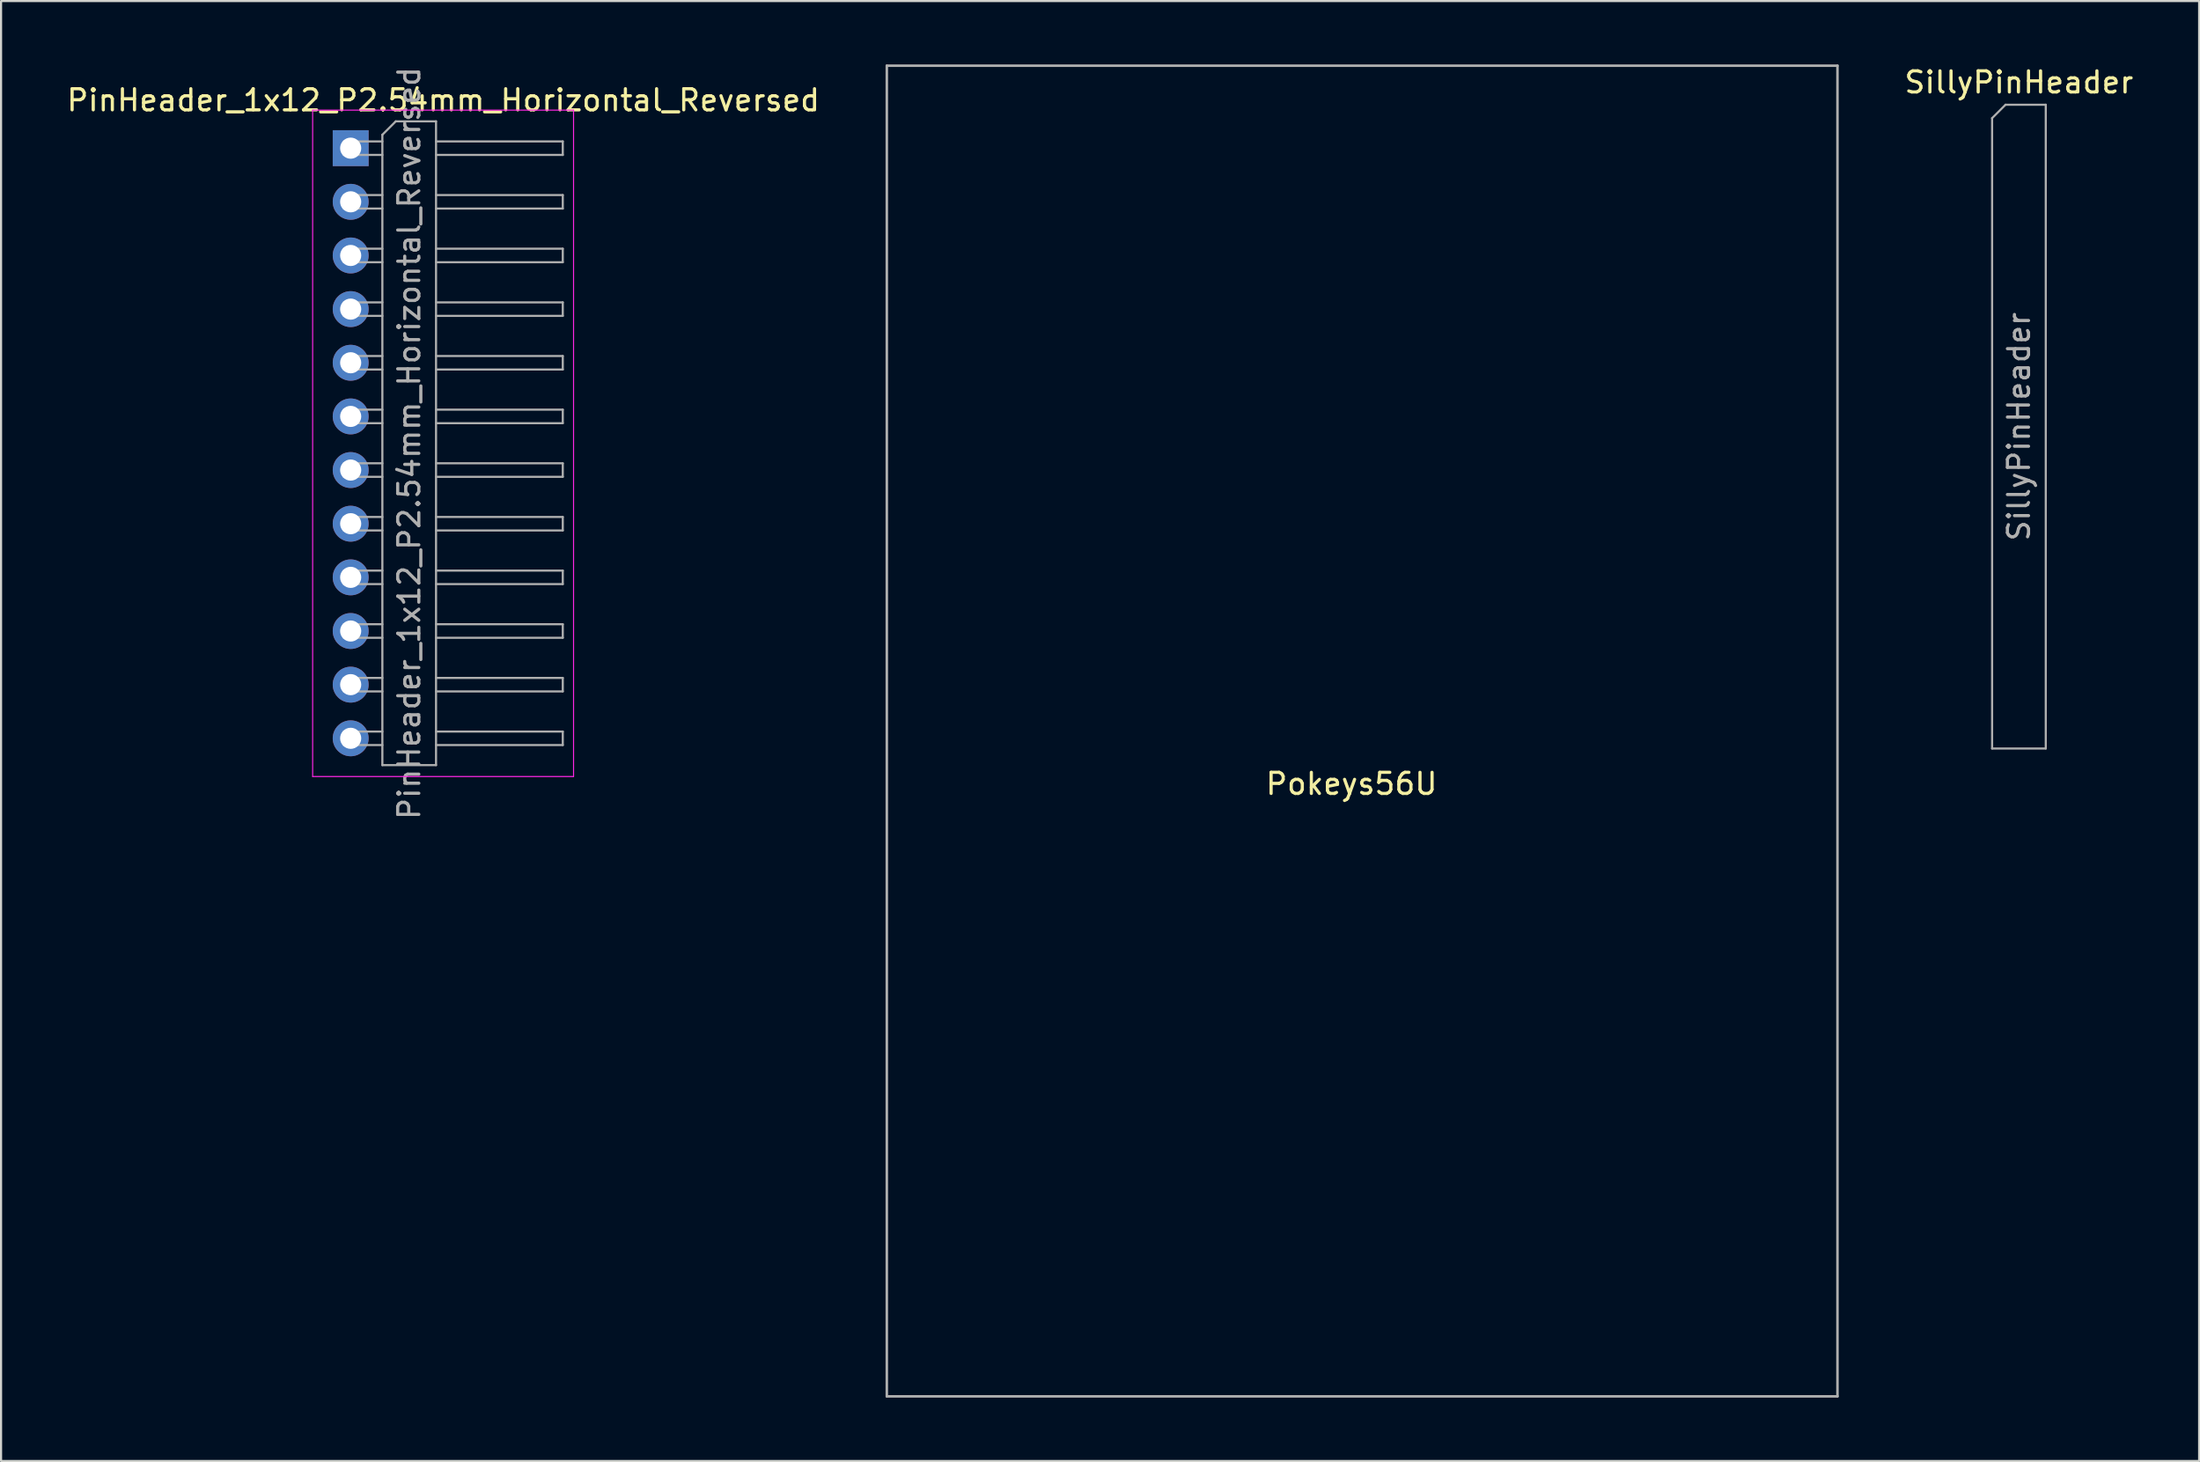
<source format=kicad_pcb>
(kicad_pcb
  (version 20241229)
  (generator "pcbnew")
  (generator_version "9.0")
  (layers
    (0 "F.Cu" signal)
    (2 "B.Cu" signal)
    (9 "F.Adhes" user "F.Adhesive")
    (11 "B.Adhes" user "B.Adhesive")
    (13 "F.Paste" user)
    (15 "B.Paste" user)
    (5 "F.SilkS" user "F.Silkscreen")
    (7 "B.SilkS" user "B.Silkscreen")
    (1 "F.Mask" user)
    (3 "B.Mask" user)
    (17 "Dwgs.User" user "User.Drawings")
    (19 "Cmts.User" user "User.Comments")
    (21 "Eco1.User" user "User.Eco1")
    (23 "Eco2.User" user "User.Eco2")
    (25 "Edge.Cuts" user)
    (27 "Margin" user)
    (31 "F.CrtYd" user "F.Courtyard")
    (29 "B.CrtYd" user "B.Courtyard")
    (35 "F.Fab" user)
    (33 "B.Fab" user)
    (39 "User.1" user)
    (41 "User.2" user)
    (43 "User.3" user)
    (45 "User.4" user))
  (footprint "Pokeys56U"
    (layer "F.Cu")
    (at 60.929 32.06)
    (property "Reference" "Pokeys56U" (at 0 2 0) (layer "F.SilkS") (effects (font (size 1 1) (thickness 0.15))))
    (attr through_hole)
    (fp_line (start -22 -32) (end 23 -32) (stroke (width 0.12) (type solid)) (layer "F.Fab"))
    (fp_line (start -22 31) (end -22 -32) (stroke (width 0.12) (type solid)) (layer "F.Fab"))
    (fp_line (start 23 -32) (end 23 31) (stroke (width 0.12) (type solid)) (layer "F.Fab"))
    (fp_line (start 23 31) (end -22 31) (stroke (width 0.12) (type solid)) (layer "F.Fab")))
  (footprint "SillyPinHeader"
    (layer "F.Cu")
    (at 92.519 3.178)
    (property "Reference" "SillyPinHeader" (at 0 -2.33 0) (layer "F.SilkS") (effects (font (size 1 1) (thickness 0.15))))
    (attr through_hole)
    (fp_line (start -1.27 -0.635) (end -0.635 -1.27) (stroke (width 0.1) (type solid)) (layer "F.Fab"))
    (fp_line (start -1.27 29.21) (end -1.27 -0.635) (stroke (width 0.1) (type solid)) (layer "F.Fab"))
    (fp_line (start -0.635 -1.27) (end 1.27 -1.27) (stroke (width 0.1) (type solid)) (layer "F.Fab"))
    (fp_line (start 1.27 -1.27) (end 1.27 29.21) (stroke (width 0.1) (type solid)) (layer "F.Fab"))
    (fp_line (start 1.27 29.21) (end -1.27 29.21) (stroke (width 0.1) (type solid)) (layer "F.Fab"))
    (fp_text user "${REFERENCE}" (at 0 13.97 90) (layer "F.Fab") (effects (font (size 1 1) (thickness 0.15)))))
  (footprint "PinHeader_1x12_P2.54mm_Horizontal_Reversed"
    (layer "F.Cu")
    (at 13.55 3.965)
    (property "Reference" "PinHeader_1x12_P2.54mm_Horizontal_Reversed" (at 4.385 -2.27 0) (layer "F.SilkS") (effects (font (size 1 1) (thickness 0.15))))
    (attr through_hole)
    (fp_line (start -1.8 -1.8) (end -1.8 29.75) (stroke (width 0.05) (type solid)) (layer "F.CrtYd"))
    (fp_line (start -1.8 29.75) (end 10.55 29.75) (stroke (width 0.05) (type solid)) (layer "F.CrtYd"))
    (fp_line (start 10.55 -1.8) (end -1.8 -1.8) (stroke (width 0.05) (type solid)) (layer "F.CrtYd"))
    (fp_line (start 10.55 29.75) (end 10.55 -1.8) (stroke (width 0.05) (type solid)) (layer "F.CrtYd"))
    (fp_line (start -0.32 -0.32) (end -0.32 0.32) (stroke (width 0.1) (type solid)) (layer "F.Fab"))
    (fp_line (start -0.32 -0.32) (end 1.5 -0.32) (stroke (width 0.1) (type solid)) (layer "F.Fab"))
    (fp_line (start -0.32 0.32) (end 1.5 0.32) (stroke (width 0.1) (type solid)) (layer "F.Fab"))
    (fp_line (start -0.32 2.22) (end -0.32 2.86) (stroke (width 0.1) (type solid)) (layer "F.Fab"))
    (fp_line (start -0.32 2.22) (end 1.5 2.22) (stroke (width 0.1) (type solid)) (layer "F.Fab"))
    (fp_line (start -0.32 2.86) (end 1.5 2.86) (stroke (width 0.1) (type solid)) (layer "F.Fab"))
    (fp_line (start -0.32 4.76) (end -0.32 5.4) (stroke (width 0.1) (type solid)) (layer "F.Fab"))
    (fp_line (start -0.32 4.76) (end 1.5 4.76) (stroke (width 0.1) (type solid)) (layer "F.Fab"))
    (fp_line (start -0.32 5.4) (end 1.5 5.4) (stroke (width 0.1) (type solid)) (layer "F.Fab"))
    (fp_line (start -0.32 7.3) (end -0.32 7.94) (stroke (width 0.1) (type solid)) (layer "F.Fab"))
    (fp_line (start -0.32 7.3) (end 1.5 7.3) (stroke (width 0.1) (type solid)) (layer "F.Fab"))
    (fp_line (start -0.32 7.94) (end 1.5 7.94) (stroke (width 0.1) (type solid)) (layer "F.Fab"))
    (fp_line (start -0.32 9.84) (end -0.32 10.48) (stroke (width 0.1) (type solid)) (layer "F.Fab"))
    (fp_line (start -0.32 9.84) (end 1.5 9.84) (stroke (width 0.1) (type solid)) (layer "F.Fab"))
    (fp_line (start -0.32 10.48) (end 1.5 10.48) (stroke (width 0.1) (type solid)) (layer "F.Fab"))
    (fp_line (start -0.32 12.38) (end -0.32 13.02) (stroke (width 0.1) (type solid)) (layer "F.Fab"))
    (fp_line (start -0.32 12.38) (end 1.5 12.38) (stroke (width 0.1) (type solid)) (layer "F.Fab"))
    (fp_line (start -0.32 13.02) (end 1.5 13.02) (stroke (width 0.1) (type solid)) (layer "F.Fab"))
    (fp_line (start -0.32 14.92) (end -0.32 15.56) (stroke (width 0.1) (type solid)) (layer "F.Fab"))
    (fp_line (start -0.32 14.92) (end 1.5 14.92) (stroke (width 0.1) (type solid)) (layer "F.Fab"))
    (fp_line (start -0.32 15.56) (end 1.5 15.56) (stroke (width 0.1) (type solid)) (layer "F.Fab"))
    (fp_line (start -0.32 17.46) (end -0.32 18.1) (stroke (width 0.1) (type solid)) (layer "F.Fab"))
    (fp_line (start -0.32 17.46) (end 1.5 17.46) (stroke (width 0.1) (type solid)) (layer "F.Fab"))
    (fp_line (start -0.32 18.1) (end 1.5 18.1) (stroke (width 0.1) (type solid)) (layer "F.Fab"))
    (fp_line (start -0.32 20) (end -0.32 20.64) (stroke (width 0.1) (type solid)) (layer "F.Fab"))
    (fp_line (start -0.32 20) (end 1.5 20) (stroke (width 0.1) (type solid)) (layer "F.Fab"))
    (fp_line (start -0.32 20.64) (end 1.5 20.64) (stroke (width 0.1) (type solid)) (layer "F.Fab"))
    (fp_line (start -0.32 22.54) (end -0.32 23.18) (stroke (width 0.1) (type solid)) (layer "F.Fab"))
    (fp_line (start -0.32 22.54) (end 1.5 22.54) (stroke (width 0.1) (type solid)) (layer "F.Fab"))
    (fp_line (start -0.32 23.18) (end 1.5 23.18) (stroke (width 0.1) (type solid)) (layer "F.Fab"))
    (fp_line (start -0.32 25.08) (end -0.32 25.72) (stroke (width 0.1) (type solid)) (layer "F.Fab"))
    (fp_line (start -0.32 25.08) (end 1.5 25.08) (stroke (width 0.1) (type solid)) (layer "F.Fab"))
    (fp_line (start -0.32 25.72) (end 1.5 25.72) (stroke (width 0.1) (type solid)) (layer "F.Fab"))
    (fp_line (start -0.32 27.62) (end -0.32 28.26) (stroke (width 0.1) (type solid)) (layer "F.Fab"))
    (fp_line (start -0.32 27.62) (end 1.5 27.62) (stroke (width 0.1) (type solid)) (layer "F.Fab"))
    (fp_line (start -0.32 28.26) (end 1.5 28.26) (stroke (width 0.1) (type solid)) (layer "F.Fab"))
    (fp_line (start 1.5 -0.635) (end 2.135 -1.27) (stroke (width 0.1) (type solid)) (layer "F.Fab"))
    (fp_line (start 1.5 29.21) (end 1.5 -0.635) (stroke (width 0.1) (type solid)) (layer "F.Fab"))
    (fp_line (start 2.135 -1.27) (end 4.04 -1.27) (stroke (width 0.1) (type solid)) (layer "F.Fab"))
    (fp_line (start 4.04 -1.27) (end 4.04 29.21) (stroke (width 0.1) (type solid)) (layer "F.Fab"))
    (fp_line (start 4.04 -0.32) (end 10.04 -0.32) (stroke (width 0.1) (type solid)) (layer "F.Fab"))
    (fp_line (start 4.04 0.32) (end 10.04 0.32) (stroke (width 0.1) (type solid)) (layer "F.Fab"))
    (fp_line (start 4.04 2.22) (end 10.04 2.22) (stroke (width 0.1) (type solid)) (layer "F.Fab"))
    (fp_line (start 4.04 2.86) (end 10.04 2.86) (stroke (width 0.1) (type solid)) (layer "F.Fab"))
    (fp_line (start 4.04 4.76) (end 10.04 4.76) (stroke (width 0.1) (type solid)) (layer "F.Fab"))
    (fp_line (start 4.04 5.4) (end 10.04 5.4) (stroke (width 0.1) (type solid)) (layer "F.Fab"))
    (fp_line (start 4.04 7.3) (end 10.04 7.3) (stroke (width 0.1) (type solid)) (layer "F.Fab"))
    (fp_line (start 4.04 7.94) (end 10.04 7.94) (stroke (width 0.1) (type solid)) (layer "F.Fab"))
    (fp_line (start 4.04 9.84) (end 10.04 9.84) (stroke (width 0.1) (type solid)) (layer "F.Fab"))
    (fp_line (start 4.04 10.48) (end 10.04 10.48) (stroke (width 0.1) (type solid)) (layer "F.Fab"))
    (fp_line (start 4.04 12.38) (end 10.04 12.38) (stroke (width 0.1) (type solid)) (layer "F.Fab"))
    (fp_line (start 4.04 13.02) (end 10.04 13.02) (stroke (width 0.1) (type solid)) (layer "F.Fab"))
    (fp_line (start 4.04 14.92) (end 10.04 14.92) (stroke (width 0.1) (type solid)) (layer "F.Fab"))
    (fp_line (start 4.04 15.56) (end 10.04 15.56) (stroke (width 0.1) (type solid)) (layer "F.Fab"))
    (fp_line (start 4.04 17.46) (end 10.04 17.46) (stroke (width 0.1) (type solid)) (layer "F.Fab"))
    (fp_line (start 4.04 18.1) (end 10.04 18.1) (stroke (width 0.1) (type solid)) (layer "F.Fab"))
    (fp_line (start 4.04 20) (end 10.04 20) (stroke (width 0.1) (type solid)) (layer "F.Fab"))
    (fp_line (start 4.04 20.64) (end 10.04 20.64) (stroke (width 0.1) (type solid)) (layer "F.Fab"))
    (fp_line (start 4.04 22.54) (end 10.04 22.54) (stroke (width 0.1) (type solid)) (layer "F.Fab"))
    (fp_line (start 4.04 23.18) (end 10.04 23.18) (stroke (width 0.1) (type solid)) (layer "F.Fab"))
    (fp_line (start 4.04 25.08) (end 10.04 25.08) (stroke (width 0.1) (type solid)) (layer "F.Fab"))
    (fp_line (start 4.04 25.72) (end 10.04 25.72) (stroke (width 0.1) (type solid)) (layer "F.Fab"))
    (fp_line (start 4.04 27.62) (end 10.04 27.62) (stroke (width 0.1) (type solid)) (layer "F.Fab"))
    (fp_line (start 4.04 28.26) (end 10.04 28.26) (stroke (width 0.1) (type solid)) (layer "F.Fab"))
    (fp_line (start 4.04 29.21) (end 1.5 29.21) (stroke (width 0.1) (type solid)) (layer "F.Fab"))
    (fp_line (start 10.04 -0.32) (end 10.04 0.32) (stroke (width 0.1) (type solid)) (layer "F.Fab"))
    (fp_line (start 10.04 2.22) (end 10.04 2.86) (stroke (width 0.1) (type solid)) (layer "F.Fab"))
    (fp_line (start 10.04 4.76) (end 10.04 5.4) (stroke (width 0.1) (type solid)) (layer "F.Fab"))
    (fp_line (start 10.04 7.3) (end 10.04 7.94) (stroke (width 0.1) (type solid)) (layer "F.Fab"))
    (fp_line (start 10.04 9.84) (end 10.04 10.48) (stroke (width 0.1) (type solid)) (layer "F.Fab"))
    (fp_line (start 10.04 12.38) (end 10.04 13.02) (stroke (width 0.1) (type solid)) (layer "F.Fab"))
    (fp_line (start 10.04 14.92) (end 10.04 15.56) (stroke (width 0.1) (type solid)) (layer "F.Fab"))
    (fp_line (start 10.04 17.46) (end 10.04 18.1) (stroke (width 0.1) (type solid)) (layer "F.Fab"))
    (fp_line (start 10.04 20) (end 10.04 20.64) (stroke (width 0.1) (type solid)) (layer "F.Fab"))
    (fp_line (start 10.04 22.54) (end 10.04 23.18) (stroke (width 0.1) (type solid)) (layer "F.Fab"))
    (fp_line (start 10.04 25.08) (end 10.04 25.72) (stroke (width 0.1) (type solid)) (layer "F.Fab"))
    (fp_line (start 10.04 27.62) (end 10.04 28.26) (stroke (width 0.1) (type solid)) (layer "F.Fab"))
    (fp_text user "${REFERENCE}" (at 2.77 13.97 90) (layer "F.Fab") (effects (font (size 1 1) (thickness 0.15))))
    (pad "1" thru_hole rect (at 0 0) (size 1.7 1.7) (drill 1) (layers "*.Cu" "*.Mask"))
    (pad "2" thru_hole oval (at 0 2.54) (size 1.7 1.7) (drill 1) (layers "*.Cu" "*.Mask"))
    (pad "3" thru_hole oval (at 0 5.08) (size 1.7 1.7) (drill 1) (layers "*.Cu" "*.Mask"))
    (pad "4" thru_hole oval (at 0 7.62) (size 1.7 1.7) (drill 1) (layers "*.Cu" "*.Mask"))
    (pad "5" thru_hole oval (at 0 10.16) (size 1.7 1.7) (drill 1) (layers "*.Cu" "*.Mask"))
    (pad "6" thru_hole oval (at 0 12.7) (size 1.7 1.7) (drill 1) (layers "*.Cu" "*.Mask"))
    (pad "7" thru_hole oval (at 0 15.24) (size 1.7 1.7) (drill 1) (layers "*.Cu" "*.Mask"))
    (pad "8" thru_hole oval (at 0 17.78) (size 1.7 1.7) (drill 1) (layers "*.Cu" "*.Mask"))
    (pad "9" thru_hole oval (at 0 20.32) (size 1.7 1.7) (drill 1) (layers "*.Cu" "*.Mask"))
    (pad "10" thru_hole oval (at 0 22.86) (size 1.7 1.7) (drill 1) (layers "*.Cu" "*.Mask"))
    (pad "11" thru_hole oval (at 0 25.4) (size 1.7 1.7) (drill 1) (layers "*.Cu" "*.Mask"))
    (pad "12" thru_hole oval (at 0 27.94) (size 1.7 1.7) (drill 1) (layers "*.Cu" "*.Mask")))
  (gr_rect
    (start -3 -3)
    (end 101.049 66.12)
    (stroke (width 0.1) (type default))
    (fill no)
    (layer "Edge.Cuts")))
</source>
